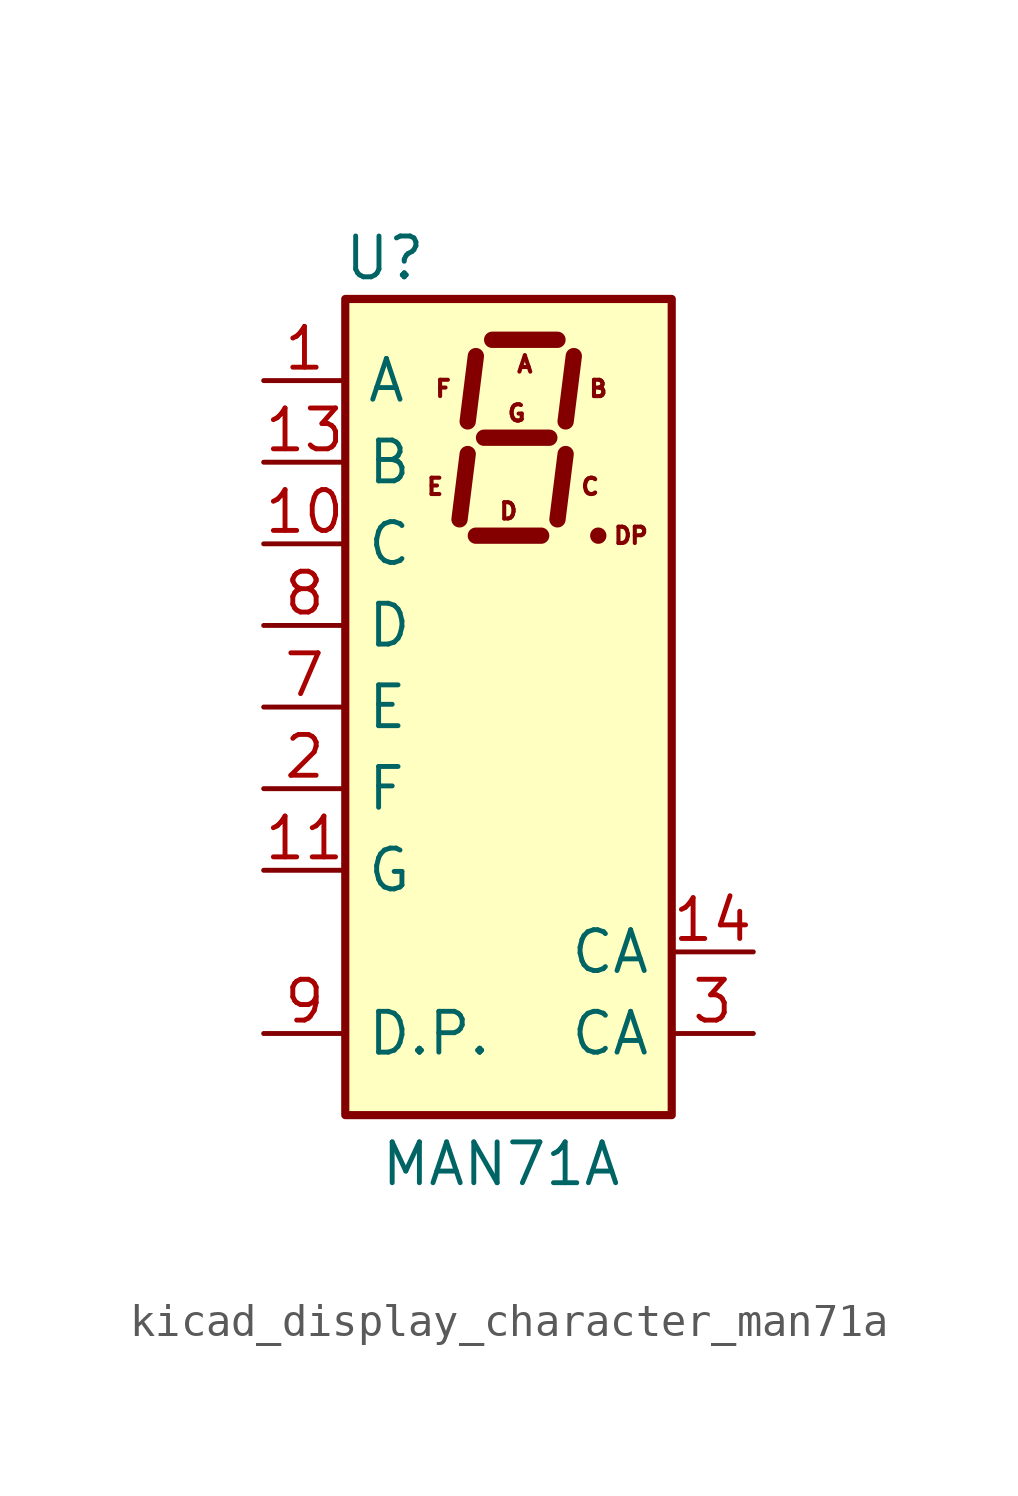
<source format=kicad_sym>
(kicad_symbol_lib
  (version 20220914)
  (generator kicad_symbol_editor)
  (symbol "kicad_display_character_man71a"
    (pin_names
      (offset 0.635))
    (property "Reference" "U"
      (at -2.54 13.97 0)
      (effects (font (size 1.27 1.27)) (justify right)))
    (property "Value" "MAN71A"
      (at 3.556 -14.224 0)
      (effects (font (size 1.27 1.27)) (justify right)))
    (symbol "kicad_display_character_man71a_0_0"
      (text "A" (at 0.508 10.668 0) (effects (font (size 0.508 0.508))))
      (text "B" (at 2.794 9.906 0) (effects (font (size 0.508 0.508))))
      (text "C" (at 2.54 6.858 0) (effects (font (size 0.508 0.508))))
      (text "D" (at 0 6.096 0) (effects (font (size 0.508 0.508))))
      (text "DP" (at 3.81 5.334 0) (effects (font (size 0.508 0.508))))
      (text "E" (at -2.286 6.858 0) (effects (font (size 0.508 0.508))))
      (text "F" (at -2.032 9.906 0) (effects (font (size 0.508 0.508))))
      (text "G" (at 0.254 9.144 0) (effects (font (size 0.508 0.508)))))
    (symbol "kicad_display_character_man71a_0_1"
      (rectangle (start -5.08 12.7) (end 5.08 -12.7) (stroke (width 0.254) (type default)) (fill (type background)))
      (polyline (pts (xy -1.27 7.874) (xy -1.524 5.842)) (stroke (width 0.508) (type default)) (fill (type none)))
      (polyline (pts (xy -1.016 5.334) (xy 1.016 5.334)) (stroke (width 0.508) (type default)) (fill (type none)))
      (polyline (pts (xy -1.016 10.922) (xy -1.27 8.89)) (stroke (width 0.508) (type default)) (fill (type none)))
      (polyline (pts (xy -0.762 8.382) (xy 1.27 8.382)) (stroke (width 0.508) (type default)) (fill (type none)))
      (polyline (pts (xy -0.508 11.43) (xy 1.524 11.43)) (stroke (width 0.508) (type default)) (fill (type none)))
      (polyline (pts (xy 1.778 7.874) (xy 1.524 5.842)) (stroke (width 0.508) (type default)) (fill (type none)))
      (polyline (pts (xy 2.032 10.922) (xy 1.778 8.89)) (stroke (width 0.508) (type default)) (fill (type none)))
      (polyline (pts (xy 2.794 5.334) (xy 2.794 5.334)) (stroke (width 0.508) (type default)) (fill (type none))))
    (symbol "kicad_display_character_man71a_1_1"
      (pin input line (at -7.62 10.16 0) (length 2.54) (name "A" (effects (font (size 1.27 1.27)))) (number "1" (effects (font (size 1.27 1.27)))))
      (pin input line (at -7.62 5.08 0) (length 2.54) (name "C" (effects (font (size 1.27 1.27)))) (number "10" (effects (font (size 1.27 1.27)))))
      (pin input line (at -7.62 -5.08 0) (length 2.54) (name "G" (effects (font (size 1.27 1.27)))) (number "11" (effects (font (size 1.27 1.27)))))
      (pin no_connect line (at 5.08 -5.08 180) (length 2.54) hide (name "NC" (effects (font (size 1.27 1.27)))) (number "12" (effects (font (size 1.27 1.27)))))
      (pin input line (at -7.62 7.62 0) (length 2.54) (name "B" (effects (font (size 1.27 1.27)))) (number "13" (effects (font (size 1.27 1.27)))))
      (pin input line (at 7.62 -7.62 180) (length 2.54) (name "CA" (effects (font (size 1.27 1.27)))) (number "14" (effects (font (size 1.27 1.27)))))
      (pin input line (at -7.62 -2.54 0) (length 2.54) (name "F" (effects (font (size 1.27 1.27)))) (number "2" (effects (font (size 1.27 1.27)))))
      (pin input line (at 7.62 -10.16 180) (length 2.54) (name "CA" (effects (font (size 1.27 1.27)))) (number "3" (effects (font (size 1.27 1.27)))))
      (pin no_connect line (at 5.08 2.54 180) (length 2.54) hide (name "NC" (effects (font (size 1.27 1.27)))) (number "4" (effects (font (size 1.27 1.27)))))
      (pin no_connect line (at 5.08 0 180) (length 2.54) hide (name "NC" (effects (font (size 1.27 1.27)))) (number "5" (effects (font (size 1.27 1.27)))))
      (pin no_connect line (at 5.08 -2.54 180) (length 2.54) hide (name "NC" (effects (font (size 1.27 1.27)))) (number "6" (effects (font (size 1.27 1.27)))))
      (pin input line (at -7.62 0 0) (length 2.54) (name "E" (effects (font (size 1.27 1.27)))) (number "7" (effects (font (size 1.27 1.27)))))
      (pin input line (at -7.62 2.54 0) (length 2.54) (name "D" (effects (font (size 1.27 1.27)))) (number "8" (effects (font (size 1.27 1.27)))))
      (pin input line (at -7.62 -10.16 0) (length 2.54) (name "D.P." (effects (font (size 1.27 1.27)))) (number "9" (effects (font (size 1.27 1.27))))))))
</source>
